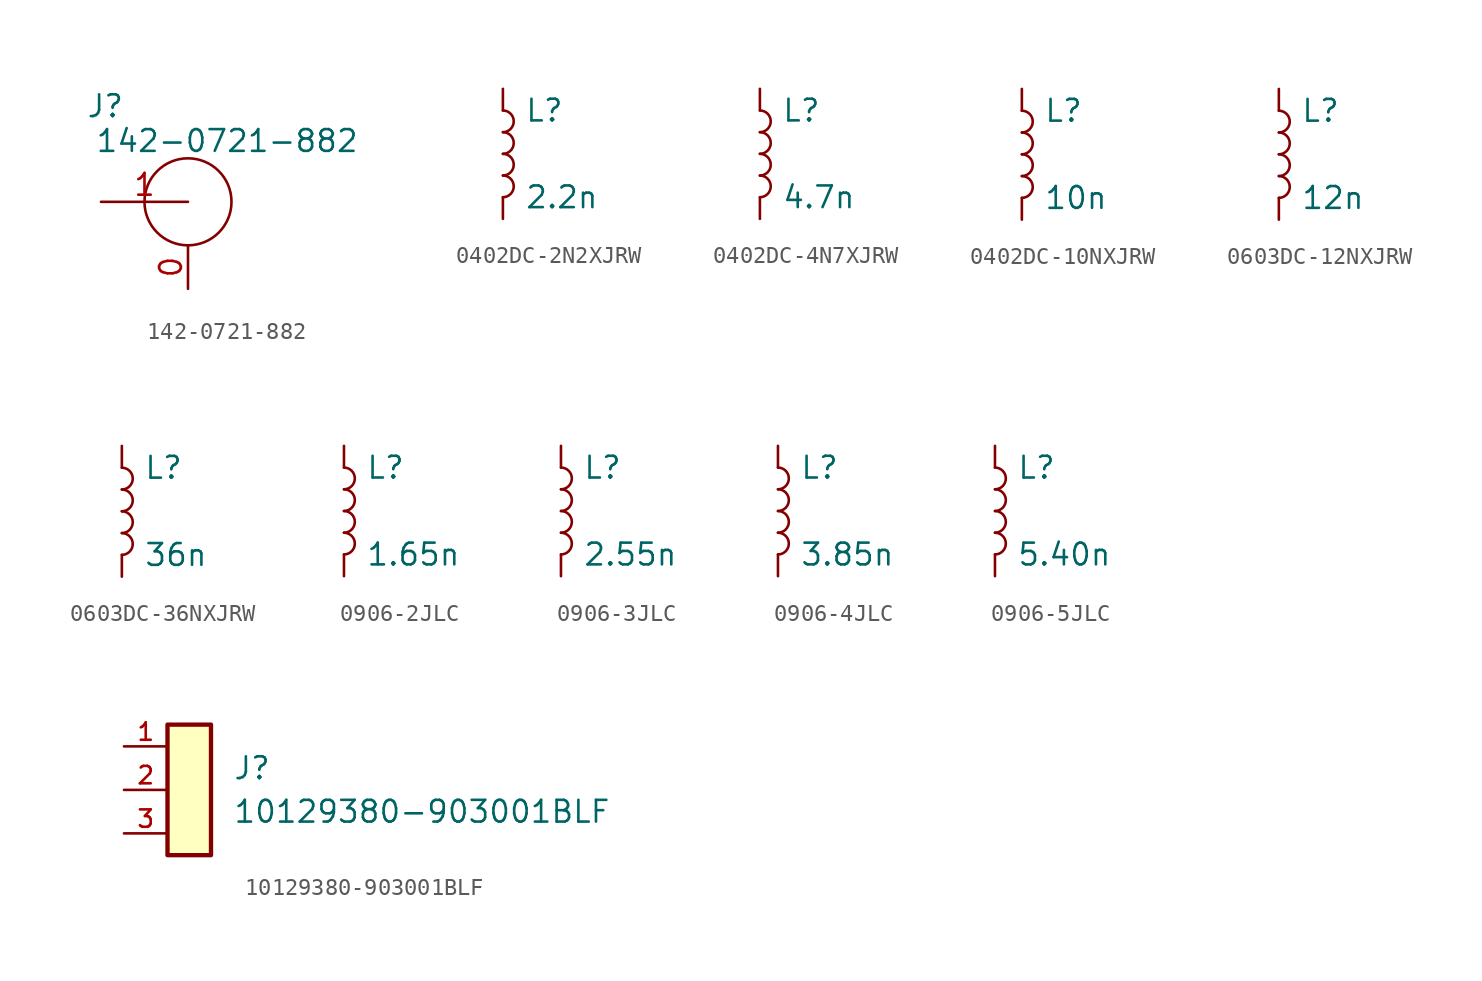
<source format=kicad_sym>
(kicad_symbol_lib
  (version 20231120)
  (generator "kicad_symbol_editor")
  (generator_version "8.0")
  (symbol "142-0721-882"
    (pin_names
      (offset 1.016) hide)
    (property "Reference" "J"
      (at -4.826 5.588 0)
      (effects (font (size 1.27 1.27))))
    (property "Value" "142-0721-882"
      (at 2.286 3.556 0)
      (effects (font (size 1.27 1.27))))
    (symbol "142-0721-882_0_1"
      (circle (center 0 0) (radius 2.54) (stroke (width 0) (type default)) (fill (type none))))
    (symbol "142-0721-882_1_0"
      (pin passive line (at 0 -5.08 90) (length 2.54) (name "~" (effects (font (size 1.27 1.27)))) (number "0" (effects (font (size 1.27 1.27))))))
    (symbol "142-0721-882_1_1"
      (pin passive line (at -5.08 0 0) (length 5.08) (name "Pin_1" (effects (font (size 1.27 1.27)))) (number "1" (effects (font (size 1.27 1.27)))))))
  (symbol "0402DC-2N2XJRW"
    (pin_numbers hide)
    (pin_names
      (offset 1.016) hide)
    (property "Reference" "L"
      (at 1.27 2.54 0)
      (effects (font (size 1.27 1.27)) (justify left)))
    (property "Value" "2.2n"
      (at 1.27 -2.54 0)
      (effects (font (size 1.27 1.27)) (justify left)))
    (symbol "0402DC-2N2XJRW_0_1"
      (arc (start 0 -2.54) (mid 0.6323 -1.905) (end 0 -1.27) (stroke (width 0) (type default)) (fill (type none)))
      (arc (start 0 -1.27) (mid 0.6323 -0.635) (end 0 0) (stroke (width 0) (type default)) (fill (type none)))
      (arc (start 0 0) (mid 0.6323 0.635) (end 0 1.27) (stroke (width 0) (type default)) (fill (type none)))
      (arc (start 0 1.27) (mid 0.6323 1.905) (end 0 2.54) (stroke (width 0) (type default)) (fill (type none))))
    (symbol "0402DC-2N2XJRW_1_1"
      (pin passive line (at 0 3.81 270) (length 1.27) (name "1" (effects (font (size 1.27 1.27)))) (number "1" (effects (font (size 1.27 1.27)))))
      (pin passive line (at 0 -3.81 90) (length 1.27) (name "2" (effects (font (size 1.27 1.27)))) (number "2" (effects (font (size 1.27 1.27)))))))
  (symbol "0402DC-4N7XJRW"
    (pin_numbers hide)
    (pin_names
      (offset 1.016) hide)
    (property "Reference" "L"
      (at 1.27 2.54 0)
      (effects (font (size 1.27 1.27)) (justify left)))
    (property "Value" "4.7n"
      (at 1.27 -2.54 0)
      (effects (font (size 1.27 1.27)) (justify left)))
    (symbol "0402DC-4N7XJRW_0_1"
      (arc (start 0 -2.54) (mid 0.6323 -1.905) (end 0 -1.27) (stroke (width 0) (type default)) (fill (type none)))
      (arc (start 0 -1.27) (mid 0.6323 -0.635) (end 0 0) (stroke (width 0) (type default)) (fill (type none)))
      (arc (start 0 0) (mid 0.6323 0.635) (end 0 1.27) (stroke (width 0) (type default)) (fill (type none)))
      (arc (start 0 1.27) (mid 0.6323 1.905) (end 0 2.54) (stroke (width 0) (type default)) (fill (type none))))
    (symbol "0402DC-4N7XJRW_1_1"
      (pin passive line (at 0 3.81 270) (length 1.27) (name "1" (effects (font (size 1.27 1.27)))) (number "1" (effects (font (size 1.27 1.27)))))
      (pin passive line (at 0 -3.81 90) (length 1.27) (name "2" (effects (font (size 1.27 1.27)))) (number "2" (effects (font (size 1.27 1.27)))))))
  (symbol "0402DC-10NXJRW"
    (pin_numbers hide)
    (pin_names
      (offset 1.016) hide)
    (property "Reference" "L"
      (at 1.27 2.54 0)
      (effects (font (size 1.27 1.27)) (justify left)))
    (property "Value" "10n"
      (at 1.27 -2.54 0)
      (effects (font (size 1.27 1.27)) (justify left)))
    (symbol "0402DC-10NXJRW_0_1"
      (arc (start 0 -2.54) (mid 0.6323 -1.905) (end 0 -1.27) (stroke (width 0) (type default)) (fill (type none)))
      (arc (start 0 -1.27) (mid 0.6323 -0.635) (end 0 0) (stroke (width 0) (type default)) (fill (type none)))
      (arc (start 0 0) (mid 0.6323 0.635) (end 0 1.27) (stroke (width 0) (type default)) (fill (type none)))
      (arc (start 0 1.27) (mid 0.6323 1.905) (end 0 2.54) (stroke (width 0) (type default)) (fill (type none))))
    (symbol "0402DC-10NXJRW_1_1"
      (pin passive line (at 0 3.81 270) (length 1.27) (name "1" (effects (font (size 1.27 1.27)))) (number "1" (effects (font (size 1.27 1.27)))))
      (pin passive line (at 0 -3.81 90) (length 1.27) (name "2" (effects (font (size 1.27 1.27)))) (number "2" (effects (font (size 1.27 1.27)))))))
  (symbol "0603DC-12NXJRW"
    (pin_numbers hide)
    (pin_names
      (offset 1.016) hide)
    (property "Reference" "L"
      (at 1.27 2.54 0)
      (effects (font (size 1.27 1.27)) (justify left)))
    (property "Value" "12n"
      (at 1.27 -2.54 0)
      (effects (font (size 1.27 1.27)) (justify left)))
    (symbol "0603DC-12NXJRW_0_1"
      (arc (start 0 -2.54) (mid 0.6323 -1.905) (end 0 -1.27) (stroke (width 0) (type default)) (fill (type none)))
      (arc (start 0 -1.27) (mid 0.6323 -0.635) (end 0 0) (stroke (width 0) (type default)) (fill (type none)))
      (arc (start 0 0) (mid 0.6323 0.635) (end 0 1.27) (stroke (width 0) (type default)) (fill (type none)))
      (arc (start 0 1.27) (mid 0.6323 1.905) (end 0 2.54) (stroke (width 0) (type default)) (fill (type none))))
    (symbol "0603DC-12NXJRW_1_1"
      (pin passive line (at 0 3.81 270) (length 1.27) (name "1" (effects (font (size 1.27 1.27)))) (number "1" (effects (font (size 1.27 1.27)))))
      (pin passive line (at 0 -3.81 90) (length 1.27) (name "2" (effects (font (size 1.27 1.27)))) (number "2" (effects (font (size 1.27 1.27)))))))
  (symbol "0603DC-36NXJRW"
    (pin_numbers hide)
    (pin_names
      (offset 1.016) hide)
    (property "Reference" "L"
      (at 1.27 2.54 0)
      (effects (font (size 1.27 1.27)) (justify left)))
    (property "Value" "36n"
      (at 1.27 -2.54 0)
      (effects (font (size 1.27 1.27)) (justify left)))
    (symbol "0603DC-36NXJRW_0_1"
      (arc (start 0 -2.54) (mid 0.6323 -1.905) (end 0 -1.27) (stroke (width 0) (type default)) (fill (type none)))
      (arc (start 0 -1.27) (mid 0.6323 -0.635) (end 0 0) (stroke (width 0) (type default)) (fill (type none)))
      (arc (start 0 0) (mid 0.6323 0.635) (end 0 1.27) (stroke (width 0) (type default)) (fill (type none)))
      (arc (start 0 1.27) (mid 0.6323 1.905) (end 0 2.54) (stroke (width 0) (type default)) (fill (type none))))
    (symbol "0603DC-36NXJRW_1_1"
      (pin passive line (at 0 3.81 270) (length 1.27) (name "1" (effects (font (size 1.27 1.27)))) (number "1" (effects (font (size 1.27 1.27)))))
      (pin passive line (at 0 -3.81 90) (length 1.27) (name "2" (effects (font (size 1.27 1.27)))) (number "2" (effects (font (size 1.27 1.27)))))))
  (symbol "0906-2JLC"
    (pin_numbers hide)
    (pin_names
      (offset 1.016) hide)
    (property "Reference" "L"
      (at 1.27 2.54 0)
      (effects (font (size 1.27 1.27)) (justify left)))
    (property "Value" "1.65n"
      (at 1.27 -2.54 0)
      (effects (font (size 1.27 1.27)) (justify left)))
    (symbol "0906-2JLC_0_1"
      (arc (start 0 -2.54) (mid 0.6323 -1.905) (end 0 -1.27) (stroke (width 0) (type default)) (fill (type none)))
      (arc (start 0 -1.27) (mid 0.6323 -0.635) (end 0 0) (stroke (width 0) (type default)) (fill (type none)))
      (arc (start 0 0) (mid 0.6323 0.635) (end 0 1.27) (stroke (width 0) (type default)) (fill (type none)))
      (arc (start 0 1.27) (mid 0.6323 1.905) (end 0 2.54) (stroke (width 0) (type default)) (fill (type none))))
    (symbol "0906-2JLC_1_1"
      (pin passive line (at 0 3.81 270) (length 1.27) (name "1" (effects (font (size 1.27 1.27)))) (number "1" (effects (font (size 1.27 1.27)))))
      (pin passive line (at 0 -3.81 90) (length 1.27) (name "2" (effects (font (size 1.27 1.27)))) (number "2" (effects (font (size 1.27 1.27)))))))
  (symbol "0906-3JLC"
    (pin_numbers hide)
    (pin_names
      (offset 1.016) hide)
    (property "Reference" "L"
      (at 1.27 2.54 0)
      (effects (font (size 1.27 1.27)) (justify left)))
    (property "Value" "2.55n"
      (at 1.27 -2.54 0)
      (effects (font (size 1.27 1.27)) (justify left)))
    (symbol "0906-3JLC_0_1"
      (arc (start 0 -2.54) (mid 0.6323 -1.905) (end 0 -1.27) (stroke (width 0) (type default)) (fill (type none)))
      (arc (start 0 -1.27) (mid 0.6323 -0.635) (end 0 0) (stroke (width 0) (type default)) (fill (type none)))
      (arc (start 0 0) (mid 0.6323 0.635) (end 0 1.27) (stroke (width 0) (type default)) (fill (type none)))
      (arc (start 0 1.27) (mid 0.6323 1.905) (end 0 2.54) (stroke (width 0) (type default)) (fill (type none))))
    (symbol "0906-3JLC_1_1"
      (pin passive line (at 0 3.81 270) (length 1.27) (name "1" (effects (font (size 1.27 1.27)))) (number "1" (effects (font (size 1.27 1.27)))))
      (pin passive line (at 0 -3.81 90) (length 1.27) (name "2" (effects (font (size 1.27 1.27)))) (number "2" (effects (font (size 1.27 1.27)))))))
  (symbol "0906-4JLC"
    (pin_numbers hide)
    (pin_names
      (offset 1.016) hide)
    (property "Reference" "L"
      (at 1.27 2.54 0)
      (effects (font (size 1.27 1.27)) (justify left)))
    (property "Value" "3.85n"
      (at 1.27 -2.54 0)
      (effects (font (size 1.27 1.27)) (justify left)))
    (symbol "0906-4JLC_0_1"
      (arc (start 0 -2.54) (mid 0.6323 -1.905) (end 0 -1.27) (stroke (width 0) (type default)) (fill (type none)))
      (arc (start 0 -1.27) (mid 0.6323 -0.635) (end 0 0) (stroke (width 0) (type default)) (fill (type none)))
      (arc (start 0 0) (mid 0.6323 0.635) (end 0 1.27) (stroke (width 0) (type default)) (fill (type none)))
      (arc (start 0 1.27) (mid 0.6323 1.905) (end 0 2.54) (stroke (width 0) (type default)) (fill (type none))))
    (symbol "0906-4JLC_1_1"
      (pin passive line (at 0 3.81 270) (length 1.27) (name "1" (effects (font (size 1.27 1.27)))) (number "1" (effects (font (size 1.27 1.27)))))
      (pin passive line (at 0 -3.81 90) (length 1.27) (name "2" (effects (font (size 1.27 1.27)))) (number "2" (effects (font (size 1.27 1.27)))))))
  (symbol "0906-5JLC"
    (pin_numbers hide)
    (pin_names
      (offset 1.016) hide)
    (property "Reference" "L"
      (at 1.27 2.54 0)
      (effects (font (size 1.27 1.27)) (justify left)))
    (property "Value" "5.40n"
      (at 1.27 -2.54 0)
      (effects (font (size 1.27 1.27)) (justify left)))
    (symbol "0906-5JLC_0_1"
      (arc (start 0 -2.54) (mid 0.6323 -1.905) (end 0 -1.27) (stroke (width 0) (type default)) (fill (type none)))
      (arc (start 0 -1.27) (mid 0.6323 -0.635) (end 0 0) (stroke (width 0) (type default)) (fill (type none)))
      (arc (start 0 0) (mid 0.6323 0.635) (end 0 1.27) (stroke (width 0) (type default)) (fill (type none)))
      (arc (start 0 1.27) (mid 0.6323 1.905) (end 0 2.54) (stroke (width 0) (type default)) (fill (type none))))
    (symbol "0906-5JLC_1_1"
      (pin passive line (at 0 3.81 270) (length 1.27) (name "1" (effects (font (size 1.27 1.27)))) (number "1" (effects (font (size 1.27 1.27)))))
      (pin passive line (at 0 -3.81 90) (length 1.27) (name "2" (effects (font (size 1.27 1.27)))) (number "2" (effects (font (size 1.27 1.27)))))))
  (symbol "10129380-903001BLF"
    (pin_names
      (offset 1.016))
    (property "Reference" "J"
      (at 3.81 1.27 0)
      (effects (font (size 1.27 1.27)) (justify left)))
    (property "Value" "10129380-903001BLF"
      (at 3.81 -1.27 0)
      (effects (font (size 1.27 1.27)) (justify left)))
    (symbol "10129380-903001BLF_0_0"
      (rectangle (start 0 3.81) (end 2.54 -3.81) (stroke (width 0.254) (type default)) (fill (type background))))
    (symbol "10129380-903001BLF_1_0"
      (pin passive line (at -2.54 2.54 0) (length 2.54) (name "" (effects (font (size 1.016 1.016)))) (number "1" (effects (font (size 1.016 1.016)))))
      (pin passive line (at -2.54 0 0) (length 2.54) (name "" (effects (font (size 1.016 1.016)))) (number "2" (effects (font (size 1.016 1.016)))))
      (pin passive line (at -2.54 -2.54 0) (length 2.54) (name "" (effects (font (size 1.016 1.016)))) (number "3" (effects (font (size 1.016 1.016))))))))
</source>
